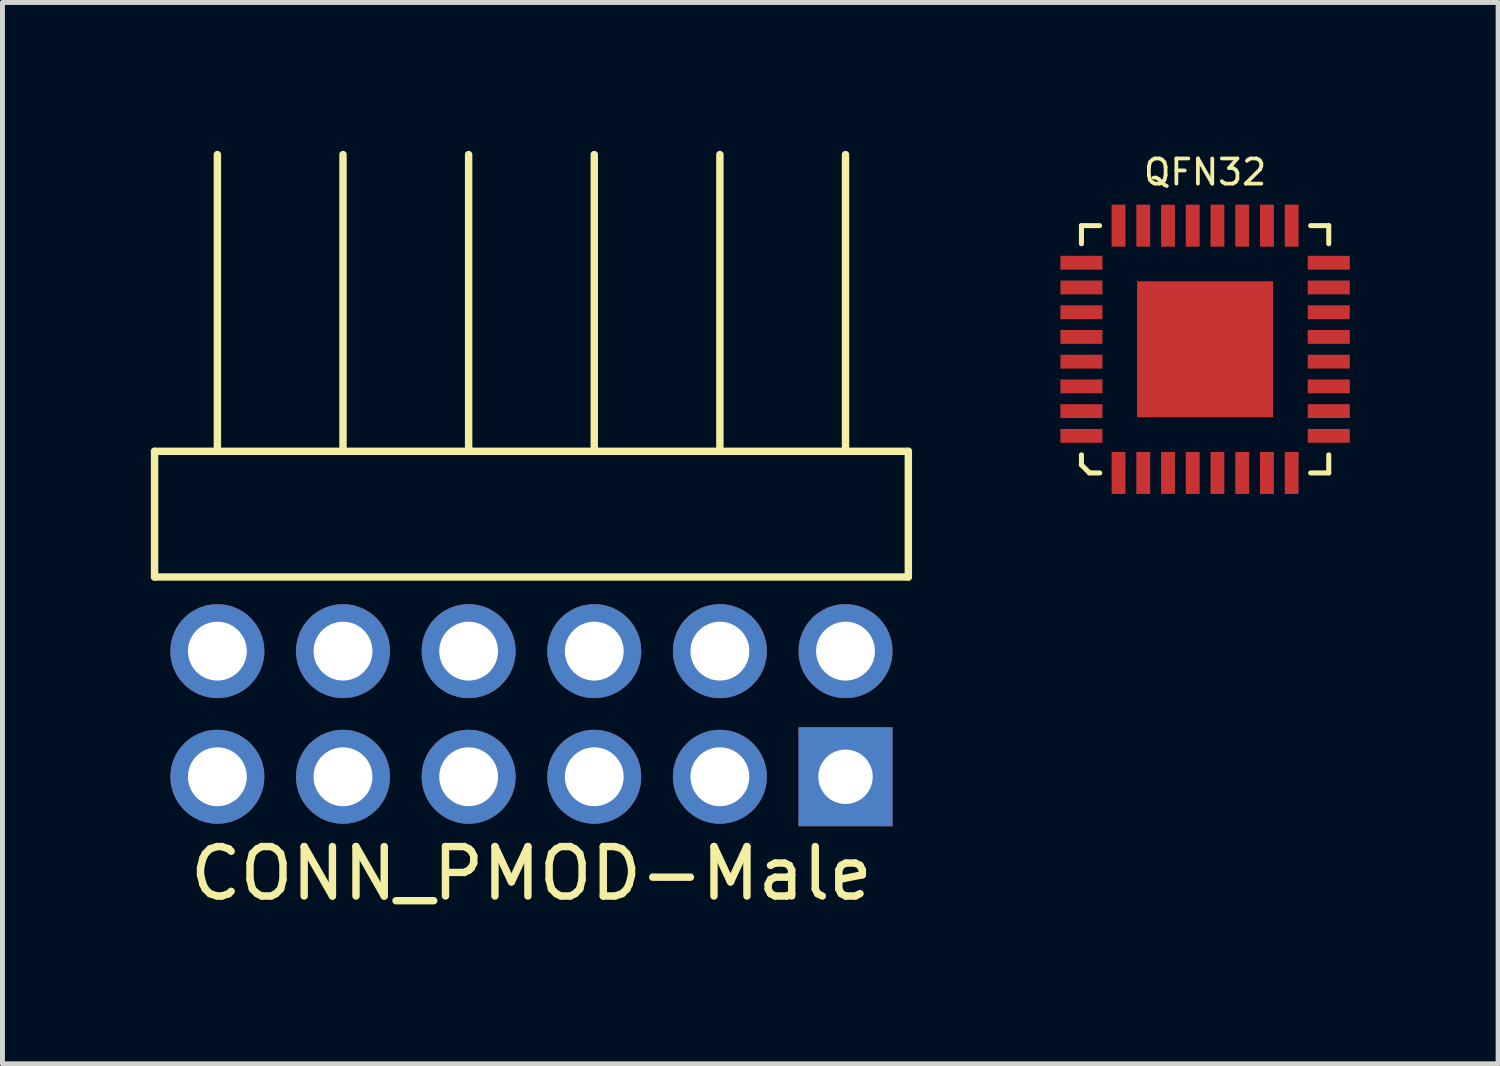
<source format=kicad_pcb>
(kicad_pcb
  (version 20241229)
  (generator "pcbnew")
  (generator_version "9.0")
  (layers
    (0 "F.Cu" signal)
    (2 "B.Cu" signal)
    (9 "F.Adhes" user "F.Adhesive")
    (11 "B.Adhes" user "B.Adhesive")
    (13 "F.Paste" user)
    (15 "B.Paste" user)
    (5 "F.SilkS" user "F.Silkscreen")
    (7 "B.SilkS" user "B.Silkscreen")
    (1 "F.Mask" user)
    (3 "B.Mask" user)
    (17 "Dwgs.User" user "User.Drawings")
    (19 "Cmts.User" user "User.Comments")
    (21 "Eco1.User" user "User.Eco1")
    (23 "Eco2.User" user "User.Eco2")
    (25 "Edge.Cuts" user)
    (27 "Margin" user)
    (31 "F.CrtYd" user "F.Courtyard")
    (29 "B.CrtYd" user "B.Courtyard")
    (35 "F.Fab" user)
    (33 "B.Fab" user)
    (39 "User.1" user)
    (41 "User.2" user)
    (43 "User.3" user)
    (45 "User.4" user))
  (footprint "CONN_PMOD-Male"
    (layer "F.Cu")
    (at 7.695 10.115)
    (property "Reference" "CONN_PMOD-Male" (at 0 4.496 0) (layer "F.SilkS") (effects (font (size 1 1) (thickness 0.15))))
    (attr through_hole)
    (fp_line (start -7.62 -1.5) (end -7.62 -4.04) (stroke (width 0.15) (type solid)) (layer "F.SilkS"))
    (fp_line (start -7.62 -1.5) (end 7.62 -1.5) (stroke (width 0.15) (type solid)) (layer "F.SilkS"))
    (fp_line (start -6.35 -10.04) (end -6.35 -4.04) (stroke (width 0.15) (type solid)) (layer "F.SilkS"))
    (fp_line (start -3.81 -10.04) (end -3.81 -4.04) (stroke (width 0.15) (type solid)) (layer "F.SilkS"))
    (fp_line (start -1.27 -10.04) (end -1.27 -4.04) (stroke (width 0.15) (type solid)) (layer "F.SilkS"))
    (fp_line (start 1.27 -10.04) (end 1.27 -4.04) (stroke (width 0.15) (type solid)) (layer "F.SilkS"))
    (fp_line (start 3.81 -10.04) (end 3.81 -4.04) (stroke (width 0.15) (type solid)) (layer "F.SilkS"))
    (fp_line (start 6.35 -10.04) (end 6.35 -4.04) (stroke (width 0.15) (type solid)) (layer "F.SilkS"))
    (fp_line (start 7.62 -4.04) (end -7.62 -4.04) (stroke (width 0.15) (type solid)) (layer "F.SilkS"))
    (fp_line (start 7.62 -1.5) (end 7.62 -4.04) (stroke (width 0.15) (type solid)) (layer "F.SilkS"))
    (pad "1" thru_hole rect (at 6.35 2.54) (size 1.9 2) (drill 1.1) (layers "*.Cu" "*.Mask"))
    (pad "2" thru_hole circle (at 3.81 2.54) (size 1.9 1.9) (drill 1.19) (layers "*.Cu" "*.Mask"))
    (pad "3" thru_hole circle (at 1.27 2.54) (size 1.9 1.9) (drill 1.19) (layers "*.Cu" "*.Mask"))
    (pad "4" thru_hole circle (at -1.27 2.54) (size 1.9 1.9) (drill 1.19) (layers "*.Cu" "*.Mask"))
    (pad "5" thru_hole circle (at -3.81 2.54) (size 1.9 1.9) (drill 1.19) (layers "*.Cu" "*.Mask"))
    (pad "6" thru_hole circle (at -6.35 2.54) (size 1.9 1.9) (drill 1.19) (layers "*.Cu" "*.Mask"))
    (pad "7" thru_hole circle (at 6.35 0) (size 1.9 1.9) (drill 1.19) (layers "*.Cu" "*.Mask"))
    (pad "8" thru_hole circle (at 3.81 0) (size 1.9 1.9) (drill 1.19) (layers "*.Cu" "*.Mask"))
    (pad "9" thru_hole circle (at 1.27 0) (size 1.9 1.9) (drill 1.19) (layers "*.Cu" "*.Mask"))
    (pad "10" thru_hole circle (at -1.27 0) (size 1.9 1.9) (drill 1.19) (layers "*.Cu" "*.Mask"))
    (pad "11" thru_hole circle (at -3.81 0) (size 1.9 1.9) (drill 1.19) (layers "*.Cu" "*.Mask"))
    (pad "12" thru_hole circle (at -6.35 0) (size 1.9 1.9) (drill 1.19) (layers "*.Cu" "*.Mask")))
  (footprint "QFN32"
    (layer "F.Cu")
    (at 21.315 4.012)
    (property "Reference" "QFN32" (at 0 -3.581 0) (layer "F.SilkS") (effects (font (size 0.508 0.508) (thickness 0.076))))
    (attr through_hole)
    (fp_line (start -2.5 -2.5) (end -2.5 -2.134) (stroke (width 0.102) (type solid)) (layer "F.SilkS"))
    (fp_line (start -2.5 -2.5) (end -2.134 -2.5) (stroke (width 0.102) (type solid)) (layer "F.SilkS"))
    (fp_line (start -2.5 2.337) (end -2.5 2.134) (stroke (width 0.102) (type solid)) (layer "F.SilkS"))
    (fp_line (start -2.337 2.5) (end -2.5 2.337) (stroke (width 0.102) (type solid)) (layer "F.SilkS"))
    (fp_line (start -2.13 2.5) (end -2.337 2.5) (stroke (width 0.102) (type solid)) (layer "F.SilkS"))
    (fp_line (start 2.5 -2.5) (end 2.134 -2.5) (stroke (width 0.102) (type solid)) (layer "F.SilkS"))
    (fp_line (start 2.5 -2.5) (end 2.5 -2.134) (stroke (width 0.102) (type solid)) (layer "F.SilkS"))
    (fp_line (start 2.5 2.5) (end 2.134 2.5) (stroke (width 0.102) (type solid)) (layer "F.SilkS"))
    (fp_line (start 2.5 2.5) (end 2.5 2.134) (stroke (width 0.102) (type solid)) (layer "F.SilkS"))
    (pad "1" smd rect (at -1.75 2.5) (size 0.28 0.85) (layers "F.Cu" "F.Mask" "F.Paste"))
    (pad "2" smd rect (at -1.25 2.5) (size 0.28 0.85) (layers "F.Cu" "F.Mask" "F.Paste"))
    (pad "3" smd rect (at -0.75 2.5) (size 0.28 0.85) (layers "F.Cu" "F.Mask" "F.Paste"))
    (pad "4" smd rect (at -0.25 2.5) (size 0.28 0.85) (layers "F.Cu" "F.Mask" "F.Paste"))
    (pad "5" smd rect (at 0.25 2.5) (size 0.28 0.85) (layers "F.Cu" "F.Mask" "F.Paste"))
    (pad "6" smd rect (at 0.75 2.5) (size 0.28 0.85) (layers "F.Cu" "F.Mask" "F.Paste"))
    (pad "7" smd rect (at 1.25 2.5) (size 0.28 0.85) (layers "F.Cu" "F.Mask" "F.Paste"))
    (pad "8" smd rect (at 1.75 2.5) (size 0.28 0.85) (layers "F.Cu" "F.Mask" "F.Paste"))
    (pad "9" smd rect (at 2.5 1.75 90) (size 0.28 0.85) (layers "F.Cu" "F.Mask" "F.Paste"))
    (pad "10" smd rect (at 2.5 1.25 90) (size 0.28 0.85) (layers "F.Cu" "F.Mask" "F.Paste"))
    (pad "11" smd rect (at 2.5 0.75 90) (size 0.28 0.85) (layers "F.Cu" "F.Mask" "F.Paste"))
    (pad "12" smd rect (at 2.5 0.25 90) (size 0.28 0.85) (layers "F.Cu" "F.Mask" "F.Paste"))
    (pad "13" smd rect (at 2.5 -0.25 90) (size 0.28 0.85) (layers "F.Cu" "F.Mask" "F.Paste"))
    (pad "14" smd rect (at 2.5 -0.75 90) (size 0.28 0.85) (layers "F.Cu" "F.Mask" "F.Paste"))
    (pad "15" smd rect (at 2.5 -1.25 90) (size 0.28 0.85) (layers "F.Cu" "F.Mask" "F.Paste"))
    (pad "16" smd rect (at 2.5 -1.75 90) (size 0.28 0.85) (layers "F.Cu" "F.Mask" "F.Paste"))
    (pad "17" smd rect (at 1.75 -2.5) (size 0.28 0.85) (layers "F.Cu" "F.Mask" "F.Paste"))
    (pad "18" smd rect (at 1.25 -2.5) (size 0.28 0.85) (layers "F.Cu" "F.Mask" "F.Paste"))
    (pad "19" smd rect (at 0.75 -2.5) (size 0.28 0.85) (layers "F.Cu" "F.Mask" "F.Paste"))
    (pad "20" smd rect (at 0.25 -2.5) (size 0.28 0.85) (layers "F.Cu" "F.Mask" "F.Paste"))
    (pad "21" smd rect (at -0.25 -2.5) (size 0.28 0.85) (layers "F.Cu" "F.Mask" "F.Paste"))
    (pad "22" smd rect (at -0.75 -2.5) (size 0.28 0.85) (layers "F.Cu" "F.Mask" "F.Paste"))
    (pad "23" smd rect (at -1.25 -2.5) (size 0.28 0.85) (layers "F.Cu" "F.Mask" "F.Paste"))
    (pad "24" smd rect (at -1.75 -2.5) (size 0.28 0.85) (layers "F.Cu" "F.Mask" "F.Paste"))
    (pad "25" smd rect (at -2.5 -1.75 90) (size 0.28 0.85) (layers "F.Cu" "F.Mask" "F.Paste"))
    (pad "26" smd rect (at -2.5 -1.25 90) (size 0.28 0.85) (layers "F.Cu" "F.Mask" "F.Paste"))
    (pad "27" smd rect (at -2.5 -0.75 90) (size 0.28 0.85) (layers "F.Cu" "F.Mask" "F.Paste"))
    (pad "28" smd rect (at -2.5 -0.25 90) (size 0.28 0.85) (layers "F.Cu" "F.Mask" "F.Paste"))
    (pad "29" smd rect (at -2.5 0.25 90) (size 0.28 0.85) (layers "F.Cu" "F.Mask" "F.Paste"))
    (pad "30" smd rect (at -2.5 0.75 90) (size 0.28 0.85) (layers "F.Cu" "F.Mask" "F.Paste"))
    (pad "31" smd rect (at -2.5 1.25 90) (size 0.28 0.85) (layers "F.Cu" "F.Mask" "F.Paste"))
    (pad "32" smd rect (at -2.5 1.75 90) (size 0.28 0.85) (layers "F.Cu" "F.Mask" "F.Paste"))
    (pad "PAD" smd rect (at 0 0) (size 2.75 2.75) (layers "F.Cu" "F.Mask" "F.Paste")))
  (gr_rect
    (start -3 -3)
    (end 27.24 18.459)
    (stroke (width 0.1) (type default))
    (fill no)
    (layer "Edge.Cuts")))
</source>
